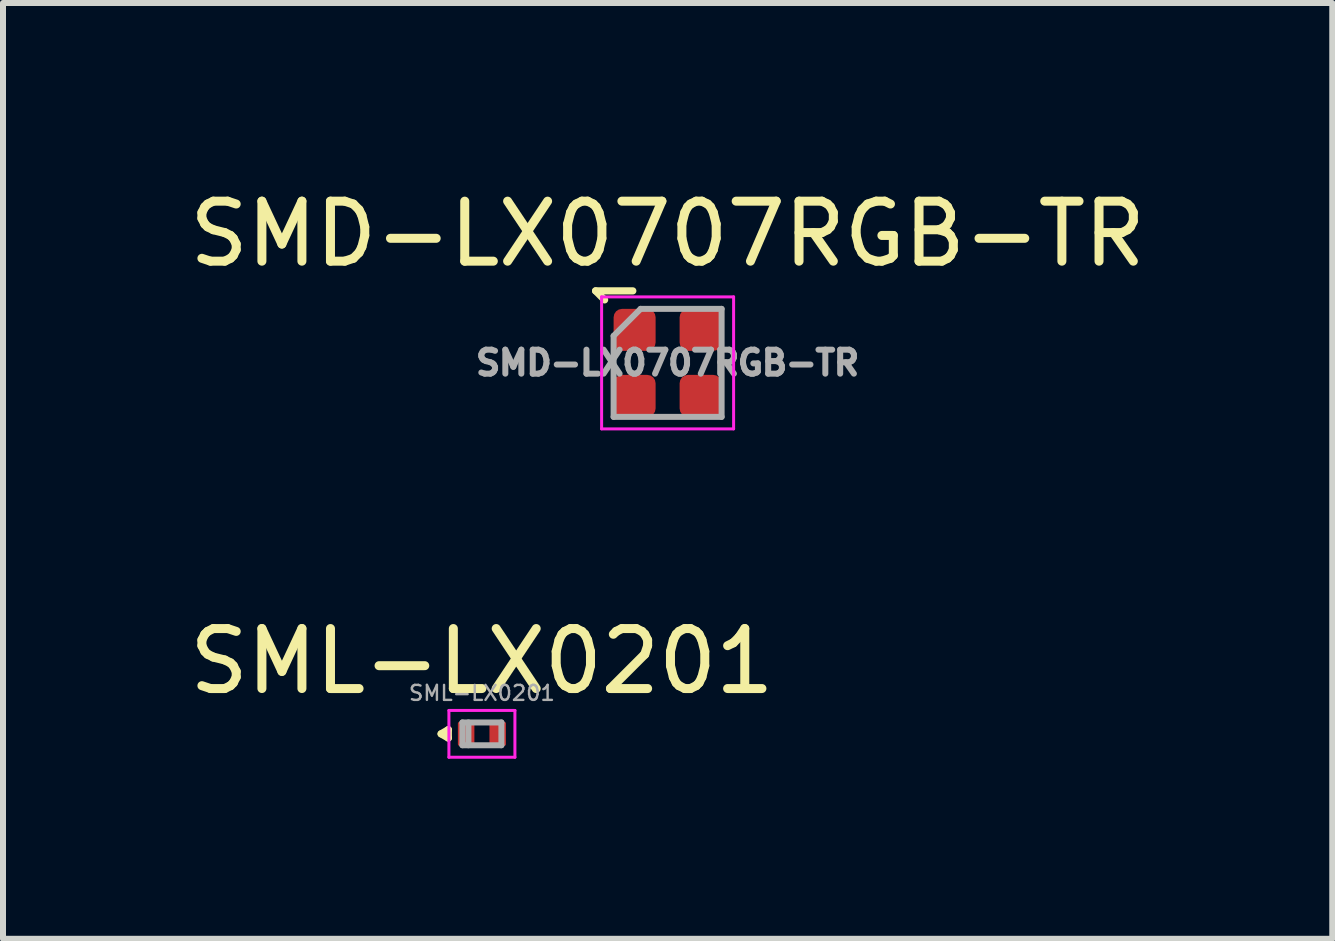
<source format=kicad_pcb>
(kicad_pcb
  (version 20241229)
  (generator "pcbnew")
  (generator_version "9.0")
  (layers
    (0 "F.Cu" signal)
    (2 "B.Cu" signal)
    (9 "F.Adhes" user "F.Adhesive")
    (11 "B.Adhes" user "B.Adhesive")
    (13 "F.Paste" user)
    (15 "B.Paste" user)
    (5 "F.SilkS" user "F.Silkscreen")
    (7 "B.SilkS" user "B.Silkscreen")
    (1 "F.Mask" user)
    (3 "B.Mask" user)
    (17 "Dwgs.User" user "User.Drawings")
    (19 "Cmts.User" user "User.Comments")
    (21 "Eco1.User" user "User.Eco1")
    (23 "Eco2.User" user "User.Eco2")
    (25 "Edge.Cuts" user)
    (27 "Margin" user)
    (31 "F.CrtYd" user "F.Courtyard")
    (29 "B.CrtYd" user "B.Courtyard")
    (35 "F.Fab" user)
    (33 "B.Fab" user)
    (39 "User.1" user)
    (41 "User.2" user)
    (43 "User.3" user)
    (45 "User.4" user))
  (footprint "SMD-LX0707RGB-TR"
    (layer "F.Cu")
    (at 8.077 2.998)
    (property "Reference" "SMD-LX0707RGB-TR" (at 0 -2.15 0) (layer "F.SilkS") (effects (font (size 1 1) (thickness 0.15))))
    (attr smd)
    (fp_line (start -1.2 -1.2) (end -0.58 -1.2) (stroke (width 0.12) (type solid)) (layer "F.SilkS"))
    (fp_line (start -1.05 -1.05) (end -1.2 -1.2) (stroke (width 0.12) (type solid)) (layer "F.SilkS"))
    (fp_line (start -1.1 -1.1) (end -1.1 1.1) (stroke (width 0.05) (type solid)) (layer "F.CrtYd"))
    (fp_line (start -1.1 1.1) (end 1.1 1.1) (stroke (width 0.05) (type solid)) (layer "F.CrtYd"))
    (fp_line (start 1.1 -1.1) (end -1.1 -1.1) (stroke (width 0.05) (type solid)) (layer "F.CrtYd"))
    (fp_line (start 1.1 1.1) (end 1.1 -1.1) (stroke (width 0.05) (type solid)) (layer "F.CrtYd"))
    (fp_line (start -0.9 0.9) (end -0.9 -0.45) (stroke (width 0.1) (type solid)) (layer "F.Fab"))
    (fp_line (start -0.9 0.9) (end 0.9 0.9) (stroke (width 0.1) (type solid)) (layer "F.Fab"))
    (fp_line (start -0.45 -0.9) (end -0.9 -0.45) (stroke (width 0.1) (type solid)) (layer "F.Fab"))
    (fp_line (start 0.9 -0.9) (end -0.45 -0.9) (stroke (width 0.1) (type solid)) (layer "F.Fab"))
    (fp_line (start 0.9 0.9) (end 0.9 -0.9) (stroke (width 0.1) (type solid)) (layer "F.Fab"))
    (fp_text user "${REFERENCE}" (at 0 0 180) (layer "F.Fab") (effects (font (size 0.4 0.4) (thickness 0.1))))
    (pad "1" smd roundrect (at -0.55 -0.55) (size 0.7 0.7) (layers "F.Cu" "F.Mask" "F.Paste") (roundrect_rratio 0.2))
    (pad "2" smd roundrect (at 0.55 -0.55) (size 0.7 0.7) (layers "F.Cu" "F.Mask" "F.Paste") (roundrect_rratio 0.2))
    (pad "3" smd roundrect (at 0.55 0.55) (size 0.7 0.7) (layers "F.Cu" "F.Mask" "F.Paste") (roundrect_rratio 0.2))
    (pad "4" smd roundrect (at -0.55 0.55) (size 0.7 0.7) (layers "F.Cu" "F.Mask" "F.Paste") (roundrect_rratio 0.2)))
  (footprint "SML-LX0201"
    (layer "F.Cu")
    (at 4.982 9.181)
    (property "Reference" "SML-LX0201" (at 0 -1.21 0) (layer "F.SilkS") (effects (font (size 1 1) (thickness 0.15))))
    (attr smd)
    (fp_line (start -0.68 0) (end -0.56 -0.07) (stroke (width 0.12) (type solid)) (layer "F.SilkS"))
    (fp_line (start -0.56 -0.07) (end -0.56 0.07) (stroke (width 0.12) (type solid)) (layer "F.SilkS"))
    (fp_line (start -0.56 0.07) (end -0.68 0) (stroke (width 0.12) (type solid)) (layer "F.SilkS"))
    (fp_line (start -0.55 -0.39) (end -0.55 0.39) (stroke (width 0.05) (type solid)) (layer "F.CrtYd"))
    (fp_line (start -0.55 0.39) (end 0.55 0.39) (stroke (width 0.05) (type solid)) (layer "F.CrtYd"))
    (fp_line (start 0.55 -0.39) (end -0.55 -0.39) (stroke (width 0.05) (type solid)) (layer "F.CrtYd"))
    (fp_line (start 0.55 0.39) (end 0.55 -0.39) (stroke (width 0.05) (type solid)) (layer "F.CrtYd"))
    (fp_line (start -0.325 -0.19) (end -0.325 0.19) (stroke (width 0.1) (type solid)) (layer "F.Fab"))
    (fp_line (start -0.325 0.19) (end 0.325 0.19) (stroke (width 0.1) (type solid)) (layer "F.Fab"))
    (fp_line (start -0.225 -0.19) (end -0.225 0.19) (stroke (width 0.1) (type solid)) (layer "F.Fab"))
    (fp_line (start 0.325 -0.19) (end -0.325 -0.19) (stroke (width 0.1) (type solid)) (layer "F.Fab"))
    (fp_line (start 0.325 0.19) (end 0.325 -0.19) (stroke (width 0.1) (type solid)) (layer "F.Fab"))
    (fp_text user "${REFERENCE}" (at 0 -0.68 0) (layer "F.Fab") (effects (font (size 0.25 0.25) (thickness 0.04))))
    (pad "1" smd roundrect (at -0.263 0) (size 0.275 0.4) (layers "F.Cu" "F.Mask" "F.Paste") (roundrect_rratio 0.1))
    (pad "2" smd roundrect (at 0.263 0) (size 0.275 0.4) (layers "F.Cu" "F.Mask" "F.Paste") (roundrect_rratio 0.1)))
  (gr_rect
    (start -3 -3)
    (end 19.155 12.597)
    (stroke (width 0.1) (type default))
    (fill no)
    (layer "Edge.Cuts")))
</source>
